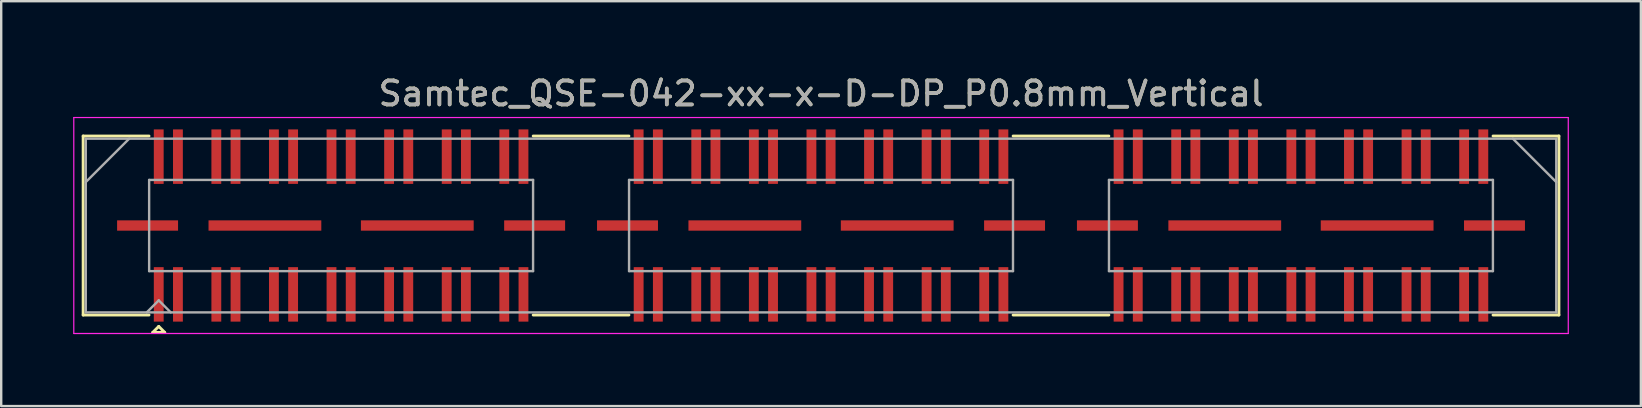
<source format=kicad_pcb>
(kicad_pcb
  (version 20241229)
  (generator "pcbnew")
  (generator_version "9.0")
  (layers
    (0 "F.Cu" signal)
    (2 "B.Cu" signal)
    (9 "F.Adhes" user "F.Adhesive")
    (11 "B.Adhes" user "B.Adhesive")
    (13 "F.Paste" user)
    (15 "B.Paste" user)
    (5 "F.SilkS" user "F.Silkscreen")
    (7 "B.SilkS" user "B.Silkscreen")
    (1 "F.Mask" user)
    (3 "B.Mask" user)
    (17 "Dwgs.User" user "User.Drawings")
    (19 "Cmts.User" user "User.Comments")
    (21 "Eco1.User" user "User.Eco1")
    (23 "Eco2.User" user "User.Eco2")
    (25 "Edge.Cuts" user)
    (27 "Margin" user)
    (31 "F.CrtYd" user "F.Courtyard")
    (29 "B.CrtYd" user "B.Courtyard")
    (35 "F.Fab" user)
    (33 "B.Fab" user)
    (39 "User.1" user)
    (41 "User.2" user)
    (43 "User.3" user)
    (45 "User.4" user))
  (footprint "Samtec_QSE-042-xx-x-D-DP_P0.8mm_Vertical"
    (layer "F.Cu")
    (at 31.165 6.348)
    (property "Reference" "Samtec_QSE-042-xx-x-D-DP_P0.8mm_Vertical" (at 0 -5.5 0) (layer "F.SilkS") (effects (font (size 1 1) (thickness 0.15))))
    (attr smd)
    (fp_line (start -30.75 -3.73) (end -28.005 -3.73) (stroke (width 0.12) (type solid)) (layer "F.SilkS"))
    (fp_line (start -30.75 3.73) (end -30.75 -3.73) (stroke (width 0.12) (type solid)) (layer "F.SilkS"))
    (fp_line (start -28.005 3.73) (end -30.75 3.73) (stroke (width 0.12) (type solid)) (layer "F.SilkS"))
    (fp_line (start -27.85 4.455) (end -27.6 4.205) (stroke (width 0.12) (type solid)) (layer "F.SilkS"))
    (fp_line (start -27.6 4.205) (end -27.35 4.455) (stroke (width 0.12) (type solid)) (layer "F.SilkS"))
    (fp_line (start -27.35 4.455) (end -27.85 4.455) (stroke (width 0.12) (type solid)) (layer "F.SilkS"))
    (fp_line (start -11.995 -3.73) (end -8.005 -3.73) (stroke (width 0.12) (type solid)) (layer "F.SilkS"))
    (fp_line (start -11.995 3.73) (end -8.005 3.73) (stroke (width 0.12) (type solid)) (layer "F.SilkS"))
    (fp_line (start 8.005 -3.73) (end 11.995 -3.73) (stroke (width 0.12) (type solid)) (layer "F.SilkS"))
    (fp_line (start 8.005 3.73) (end 11.995 3.73) (stroke (width 0.12) (type solid)) (layer "F.SilkS"))
    (fp_line (start 28.005 3.73) (end 30.75 3.73) (stroke (width 0.12) (type solid)) (layer "F.SilkS"))
    (fp_line (start 30.75 -3.73) (end 28.005 -3.73) (stroke (width 0.12) (type solid)) (layer "F.SilkS"))
    (fp_line (start 30.75 3.73) (end 30.75 -3.73) (stroke (width 0.12) (type solid)) (layer "F.SilkS"))
    (fp_line (start -31.14 -4.5) (end -31.14 4.5) (stroke (width 0.05) (type solid)) (layer "F.CrtYd"))
    (fp_line (start -31.14 4.5) (end 31.14 4.5) (stroke (width 0.05) (type solid)) (layer "F.CrtYd"))
    (fp_line (start 31.14 -4.5) (end -31.14 -4.5) (stroke (width 0.05) (type solid)) (layer "F.CrtYd"))
    (fp_line (start 31.14 4.5) (end 31.14 -4.5) (stroke (width 0.05) (type solid)) (layer "F.CrtYd"))
    (fp_line (start -30.64 -3.62) (end -30.64 3.62) (stroke (width 0.1) (type solid)) (layer "F.Fab"))
    (fp_line (start -30.64 -1.81) (end -28.83 -3.62) (stroke (width 0.1) (type solid)) (layer "F.Fab"))
    (fp_line (start -30.64 3.62) (end 30.64 3.62) (stroke (width 0.1) (type solid)) (layer "F.Fab"))
    (fp_line (start -28.1 3.62) (end -27.6 3.12) (stroke (width 0.1) (type solid)) (layer "F.Fab"))
    (fp_line (start -28 -1.9) (end -28 1.9) (stroke (width 0.1) (type solid)) (layer "F.Fab"))
    (fp_line (start -28 1.9) (end -12 1.9) (stroke (width 0.1) (type solid)) (layer "F.Fab"))
    (fp_line (start -27.6 3.12) (end -27.1 3.62) (stroke (width 0.1) (type solid)) (layer "F.Fab"))
    (fp_line (start -12 -1.9) (end -28 -1.9) (stroke (width 0.1) (type solid)) (layer "F.Fab"))
    (fp_line (start -12 1.9) (end -12 -1.9) (stroke (width 0.1) (type solid)) (layer "F.Fab"))
    (fp_line (start -8 -1.9) (end -8 1.9) (stroke (width 0.1) (type solid)) (layer "F.Fab"))
    (fp_line (start -8 1.9) (end 8 1.9) (stroke (width 0.1) (type solid)) (layer "F.Fab"))
    (fp_line (start 8 -1.9) (end -8 -1.9) (stroke (width 0.1) (type solid)) (layer "F.Fab"))
    (fp_line (start 8 1.9) (end 8 -1.9) (stroke (width 0.1) (type solid)) (layer "F.Fab"))
    (fp_line (start 12 -1.9) (end 12 1.9) (stroke (width 0.1) (type solid)) (layer "F.Fab"))
    (fp_line (start 12 1.9) (end 28 1.9) (stroke (width 0.1) (type solid)) (layer "F.Fab"))
    (fp_line (start 28 -1.9) (end 12 -1.9) (stroke (width 0.1) (type solid)) (layer "F.Fab"))
    (fp_line (start 28 1.9) (end 28 -1.9) (stroke (width 0.1) (type solid)) (layer "F.Fab"))
    (fp_line (start 30.64 -3.62) (end -30.64 -3.62) (stroke (width 0.1) (type solid)) (layer "F.Fab"))
    (fp_line (start 30.64 -1.81) (end 28.83 -3.62) (stroke (width 0.1) (type solid)) (layer "F.Fab"))
    (fp_line (start 30.64 3.62) (end 30.64 -3.62) (stroke (width 0.1) (type solid)) (layer "F.Fab"))
    (fp_text user "${REFERENCE}" (at 0 -5.5 0) (layer "F.Fab") (effects (font (size 1 1) (thickness 0.15))))
    (pad "1" smd rect (at -27.6 2.87) (size 0.41 2.27) (layers "F.Cu" "F.Mask" "F.Paste"))
    (pad "2" smd rect (at -27.6 -2.87) (size 0.41 2.27) (layers "F.Cu" "F.Mask" "F.Paste"))
    (pad "3" smd rect (at -26.8 2.87) (size 0.41 2.27) (layers "F.Cu" "F.Mask" "F.Paste"))
    (pad "4" smd rect (at -26.8 -2.87) (size 0.41 2.27) (layers "F.Cu" "F.Mask" "F.Paste"))
    (pad "5" smd rect (at -25.2 2.87) (size 0.41 2.27) (layers "F.Cu" "F.Mask" "F.Paste"))
    (pad "6" smd rect (at -25.2 -2.87) (size 0.41 2.27) (layers "F.Cu" "F.Mask" "F.Paste"))
    (pad "7" smd rect (at -24.4 2.87) (size 0.41 2.27) (layers "F.Cu" "F.Mask" "F.Paste"))
    (pad "8" smd rect (at -24.4 -2.87) (size 0.41 2.27) (layers "F.Cu" "F.Mask" "F.Paste"))
    (pad "9" smd rect (at -22.8 2.87) (size 0.41 2.27) (layers "F.Cu" "F.Mask" "F.Paste"))
    (pad "10" smd rect (at -22.8 -2.87) (size 0.41 2.27) (layers "F.Cu" "F.Mask" "F.Paste"))
    (pad "11" smd rect (at -22 2.87) (size 0.41 2.27) (layers "F.Cu" "F.Mask" "F.Paste"))
    (pad "12" smd rect (at -22 -2.87) (size 0.41 2.27) (layers "F.Cu" "F.Mask" "F.Paste"))
    (pad "13" smd rect (at -20.4 2.87) (size 0.41 2.27) (layers "F.Cu" "F.Mask" "F.Paste"))
    (pad "14" smd rect (at -20.4 -2.87) (size 0.41 2.27) (layers "F.Cu" "F.Mask" "F.Paste"))
    (pad "15" smd rect (at -19.6 2.87) (size 0.41 2.27) (layers "F.Cu" "F.Mask" "F.Paste"))
    (pad "16" smd rect (at -19.6 -2.87) (size 0.41 2.27) (layers "F.Cu" "F.Mask" "F.Paste"))
    (pad "17" smd rect (at -18 2.87) (size 0.41 2.27) (layers "F.Cu" "F.Mask" "F.Paste"))
    (pad "18" smd rect (at -18 -2.87) (size 0.41 2.27) (layers "F.Cu" "F.Mask" "F.Paste"))
    (pad "19" smd rect (at -17.2 2.87) (size 0.41 2.27) (layers "F.Cu" "F.Mask" "F.Paste"))
    (pad "20" smd rect (at -17.2 -2.87) (size 0.41 2.27) (layers "F.Cu" "F.Mask" "F.Paste"))
    (pad "21" smd rect (at -15.6 2.87) (size 0.41 2.27) (layers "F.Cu" "F.Mask" "F.Paste"))
    (pad "22" smd rect (at -15.6 -2.87) (size 0.41 2.27) (layers "F.Cu" "F.Mask" "F.Paste"))
    (pad "23" smd rect (at -14.8 2.87) (size 0.41 2.27) (layers "F.Cu" "F.Mask" "F.Paste"))
    (pad "24" smd rect (at -14.8 -2.87) (size 0.41 2.27) (layers "F.Cu" "F.Mask" "F.Paste"))
    (pad "25" smd rect (at -13.2 2.87) (size 0.41 2.27) (layers "F.Cu" "F.Mask" "F.Paste"))
    (pad "26" smd rect (at -13.2 -2.87) (size 0.41 2.27) (layers "F.Cu" "F.Mask" "F.Paste"))
    (pad "27" smd rect (at -12.4 2.87) (size 0.41 2.27) (layers "F.Cu" "F.Mask" "F.Paste"))
    (pad "28" smd rect (at -12.4 -2.87) (size 0.41 2.27) (layers "F.Cu" "F.Mask" "F.Paste"))
    (pad "29" smd rect (at -7.6 2.87) (size 0.41 2.27) (layers "F.Cu" "F.Mask" "F.Paste"))
    (pad "30" smd rect (at -7.6 -2.87) (size 0.41 2.27) (layers "F.Cu" "F.Mask" "F.Paste"))
    (pad "31" smd rect (at -6.8 2.87) (size 0.41 2.27) (layers "F.Cu" "F.Mask" "F.Paste"))
    (pad "32" smd rect (at -6.8 -2.87) (size 0.41 2.27) (layers "F.Cu" "F.Mask" "F.Paste"))
    (pad "33" smd rect (at -5.2 2.87) (size 0.41 2.27) (layers "F.Cu" "F.Mask" "F.Paste"))
    (pad "34" smd rect (at -5.2 -2.87) (size 0.41 2.27) (layers "F.Cu" "F.Mask" "F.Paste"))
    (pad "35" smd rect (at -4.4 2.87) (size 0.41 2.27) (layers "F.Cu" "F.Mask" "F.Paste"))
    (pad "36" smd rect (at -4.4 -2.87) (size 0.41 2.27) (layers "F.Cu" "F.Mask" "F.Paste"))
    (pad "37" smd rect (at -2.8 2.87) (size 0.41 2.27) (layers "F.Cu" "F.Mask" "F.Paste"))
    (pad "38" smd rect (at -2.8 -2.87) (size 0.41 2.27) (layers "F.Cu" "F.Mask" "F.Paste"))
    (pad "39" smd rect (at -2 2.87) (size 0.41 2.27) (layers "F.Cu" "F.Mask" "F.Paste"))
    (pad "40" smd rect (at -2 -2.87) (size 0.41 2.27) (layers "F.Cu" "F.Mask" "F.Paste"))
    (pad "41" smd rect (at -0.4 2.87) (size 0.41 2.27) (layers "F.Cu" "F.Mask" "F.Paste"))
    (pad "42" smd rect (at -0.4 -2.87) (size 0.41 2.27) (layers "F.Cu" "F.Mask" "F.Paste"))
    (pad "43" smd rect (at 0.4 2.87) (size 0.41 2.27) (layers "F.Cu" "F.Mask" "F.Paste"))
    (pad "44" smd rect (at 0.4 -2.87) (size 0.41 2.27) (layers "F.Cu" "F.Mask" "F.Paste"))
    (pad "45" smd rect (at 2 2.87) (size 0.41 2.27) (layers "F.Cu" "F.Mask" "F.Paste"))
    (pad "46" smd rect (at 2 -2.87) (size 0.41 2.27) (layers "F.Cu" "F.Mask" "F.Paste"))
    (pad "47" smd rect (at 2.8 2.87) (size 0.41 2.27) (layers "F.Cu" "F.Mask" "F.Paste"))
    (pad "48" smd rect (at 2.8 -2.87) (size 0.41 2.27) (layers "F.Cu" "F.Mask" "F.Paste"))
    (pad "49" smd rect (at 4.4 2.87) (size 0.41 2.27) (layers "F.Cu" "F.Mask" "F.Paste"))
    (pad "50" smd rect (at 4.4 -2.87) (size 0.41 2.27) (layers "F.Cu" "F.Mask" "F.Paste"))
    (pad "51" smd rect (at 5.2 2.87) (size 0.41 2.27) (layers "F.Cu" "F.Mask" "F.Paste"))
    (pad "52" smd rect (at 5.2 -2.87) (size 0.41 2.27) (layers "F.Cu" "F.Mask" "F.Paste"))
    (pad "53" smd rect (at 6.8 2.87) (size 0.41 2.27) (layers "F.Cu" "F.Mask" "F.Paste"))
    (pad "54" smd rect (at 6.8 -2.87) (size 0.41 2.27) (layers "F.Cu" "F.Mask" "F.Paste"))
    (pad "55" smd rect (at 7.6 2.87) (size 0.41 2.27) (layers "F.Cu" "F.Mask" "F.Paste"))
    (pad "56" smd rect (at 7.6 -2.87) (size 0.41 2.27) (layers "F.Cu" "F.Mask" "F.Paste"))
    (pad "57" smd rect (at 12.4 2.87) (size 0.41 2.27) (layers "F.Cu" "F.Mask" "F.Paste"))
    (pad "58" smd rect (at 12.4 -2.87) (size 0.41 2.27) (layers "F.Cu" "F.Mask" "F.Paste"))
    (pad "59" smd rect (at 13.2 2.87) (size 0.41 2.27) (layers "F.Cu" "F.Mask" "F.Paste"))
    (pad "60" smd rect (at 13.2 -2.87) (size 0.41 2.27) (layers "F.Cu" "F.Mask" "F.Paste"))
    (pad "61" smd rect (at 14.8 2.87) (size 0.41 2.27) (layers "F.Cu" "F.Mask" "F.Paste"))
    (pad "62" smd rect (at 14.8 -2.87) (size 0.41 2.27) (layers "F.Cu" "F.Mask" "F.Paste"))
    (pad "63" smd rect (at 15.6 2.87) (size 0.41 2.27) (layers "F.Cu" "F.Mask" "F.Paste"))
    (pad "64" smd rect (at 15.6 -2.87) (size 0.41 2.27) (layers "F.Cu" "F.Mask" "F.Paste"))
    (pad "65" smd rect (at 17.2 2.87) (size 0.41 2.27) (layers "F.Cu" "F.Mask" "F.Paste"))
    (pad "66" smd rect (at 17.2 -2.87) (size 0.41 2.27) (layers "F.Cu" "F.Mask" "F.Paste"))
    (pad "67" smd rect (at 18 2.87) (size 0.41 2.27) (layers "F.Cu" "F.Mask" "F.Paste"))
    (pad "68" smd rect (at 18 -2.87) (size 0.41 2.27) (layers "F.Cu" "F.Mask" "F.Paste"))
    (pad "69" smd rect (at 19.6 2.87) (size 0.41 2.27) (layers "F.Cu" "F.Mask" "F.Paste"))
    (pad "70" smd rect (at 19.6 -2.87) (size 0.41 2.27) (layers "F.Cu" "F.Mask" "F.Paste"))
    (pad "71" smd rect (at 20.4 2.87) (size 0.41 2.27) (layers "F.Cu" "F.Mask" "F.Paste"))
    (pad "72" smd rect (at 20.4 -2.87) (size 0.41 2.27) (layers "F.Cu" "F.Mask" "F.Paste"))
    (pad "73" smd rect (at 22 2.87) (size 0.41 2.27) (layers "F.Cu" "F.Mask" "F.Paste"))
    (pad "74" smd rect (at 22 -2.87) (size 0.41 2.27) (layers "F.Cu" "F.Mask" "F.Paste"))
    (pad "75" smd rect (at 22.8 2.87) (size 0.41 2.27) (layers "F.Cu" "F.Mask" "F.Paste"))
    (pad "76" smd rect (at 22.8 -2.87) (size 0.41 2.27) (layers "F.Cu" "F.Mask" "F.Paste"))
    (pad "77" smd rect (at 24.4 2.87) (size 0.41 2.27) (layers "F.Cu" "F.Mask" "F.Paste"))
    (pad "78" smd rect (at 24.4 -2.87) (size 0.41 2.27) (layers "F.Cu" "F.Mask" "F.Paste"))
    (pad "79" smd rect (at 25.2 2.87) (size 0.41 2.27) (layers "F.Cu" "F.Mask" "F.Paste"))
    (pad "80" smd rect (at 25.2 -2.87) (size 0.41 2.27) (layers "F.Cu" "F.Mask" "F.Paste"))
    (pad "81" smd rect (at 26.8 2.87) (size 0.41 2.27) (layers "F.Cu" "F.Mask" "F.Paste"))
    (pad "82" smd rect (at 26.8 -2.87) (size 0.41 2.27) (layers "F.Cu" "F.Mask" "F.Paste"))
    (pad "83" smd rect (at 27.6 2.87) (size 0.41 2.27) (layers "F.Cu" "F.Mask" "F.Paste"))
    (pad "84" smd rect (at 27.6 -2.87) (size 0.41 2.27) (layers "F.Cu" "F.Mask" "F.Paste"))
    (pad "P1" smd rect (at -28.065 0) (size 2.54 0.43) (layers "F.Cu" "F.Mask" "F.Paste"))
    (pad "P1" smd rect (at -23.175 0) (size 4.7 0.43) (layers "F.Cu" "F.Mask" "F.Paste"))
    (pad "P1" smd rect (at -16.825 0) (size 4.7 0.43) (layers "F.Cu" "F.Mask" "F.Paste"))
    (pad "P1" smd rect (at -11.935 0) (size 2.54 0.43) (layers "F.Cu" "F.Mask" "F.Paste"))
    (pad "P2" smd rect (at -8.065 0) (size 2.54 0.43) (layers "F.Cu" "F.Mask" "F.Paste"))
    (pad "P2" smd rect (at -3.175 0) (size 4.7 0.43) (layers "F.Cu" "F.Mask" "F.Paste"))
    (pad "P2" smd rect (at 3.175 0) (size 4.7 0.43) (layers "F.Cu" "F.Mask" "F.Paste"))
    (pad "P2" smd rect (at 8.065 0) (size 2.54 0.43) (layers "F.Cu" "F.Mask" "F.Paste"))
    (pad "P3" smd rect (at 11.935 0) (size 2.54 0.43) (layers "F.Cu" "F.Mask" "F.Paste"))
    (pad "P3" smd rect (at 16.825 0) (size 4.7 0.43) (layers "F.Cu" "F.Mask" "F.Paste"))
    (pad "P3" smd rect (at 23.175 0) (size 4.7 0.43) (layers "F.Cu" "F.Mask" "F.Paste"))
    (pad "P3" smd rect (at 28.065 0) (size 2.54 0.43) (layers "F.Cu" "F.Mask" "F.Paste")))
  (gr_rect
    (start -3 -3)
    (end 65.33 13.873)
    (stroke (width 0.1) (type default))
    (fill no)
    (layer "Edge.Cuts")))
</source>
